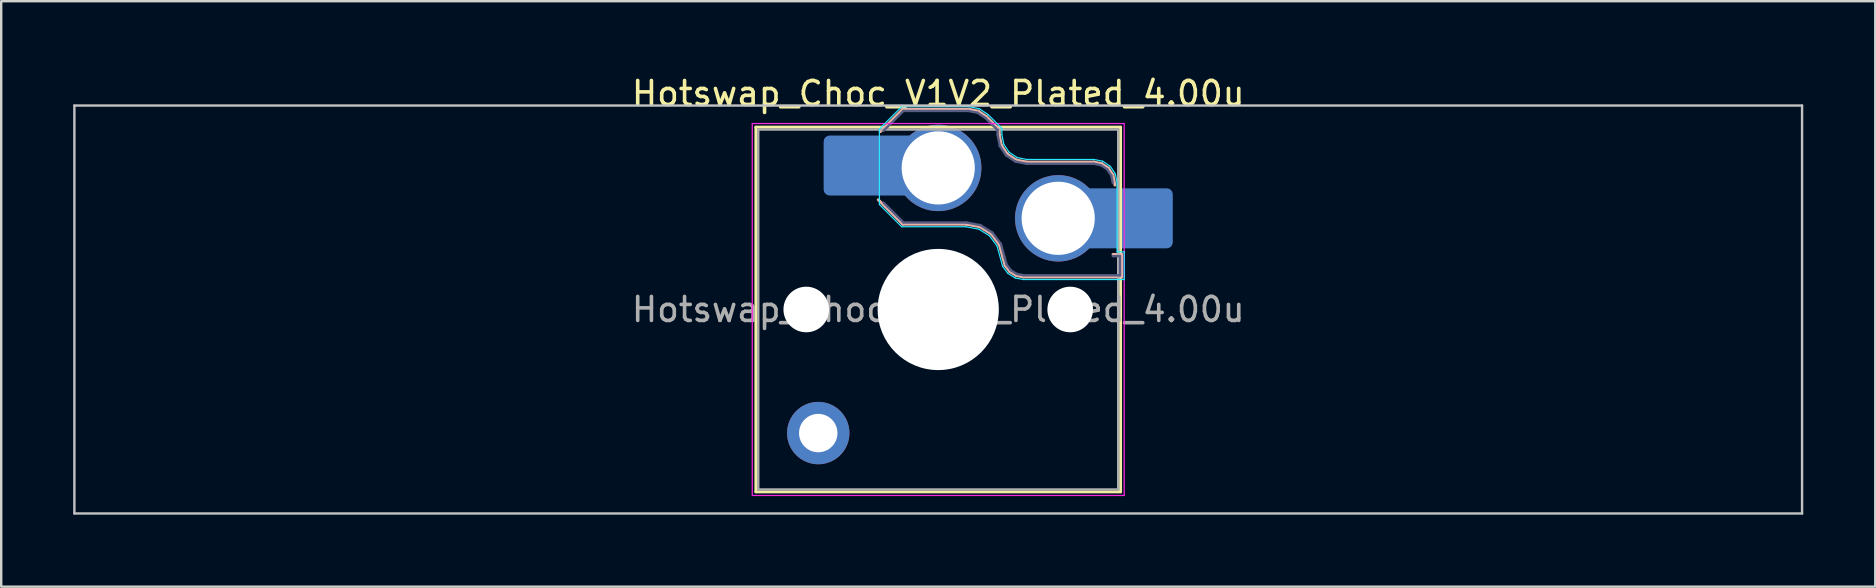
<source format=kicad_pcb>
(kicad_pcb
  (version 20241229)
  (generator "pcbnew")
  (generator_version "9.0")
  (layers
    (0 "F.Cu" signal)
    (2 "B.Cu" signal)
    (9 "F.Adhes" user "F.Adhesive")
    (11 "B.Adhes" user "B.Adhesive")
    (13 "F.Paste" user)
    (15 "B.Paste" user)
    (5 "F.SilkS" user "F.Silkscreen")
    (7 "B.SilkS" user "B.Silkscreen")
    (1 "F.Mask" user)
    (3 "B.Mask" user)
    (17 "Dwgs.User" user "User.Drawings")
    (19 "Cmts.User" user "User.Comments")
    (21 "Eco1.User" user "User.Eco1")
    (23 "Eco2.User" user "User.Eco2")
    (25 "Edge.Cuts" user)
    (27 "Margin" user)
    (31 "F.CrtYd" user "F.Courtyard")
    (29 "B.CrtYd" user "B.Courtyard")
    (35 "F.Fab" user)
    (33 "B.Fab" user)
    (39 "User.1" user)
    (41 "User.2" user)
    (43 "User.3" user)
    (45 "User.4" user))
  (footprint "Hotswap_Choc_V1V2_Plated_4.00u"
    (layer "F.Cu")
    (at 36.05 9.848)
    (property "Reference" "Hotswap_Choc_V1V2_Plated_4.00u" (at 0 -9 0) (layer "F.SilkS") (effects (font (size 1 1) (thickness 0.15))))
    (attr smd)
    (fp_line (start -7.6 -7.6) (end -7.6 7.6) (stroke (width 0.12) (type solid)) (layer "F.SilkS"))
    (fp_line (start -7.6 7.6) (end 7.6 7.6) (stroke (width 0.12) (type solid)) (layer "F.SilkS"))
    (fp_line (start 7.6 -7.6) (end -7.6 -7.6) (stroke (width 0.12) (type solid)) (layer "F.SilkS"))
    (fp_line (start 7.6 7.6) (end 7.6 -7.6) (stroke (width 0.12) (type solid)) (layer "F.SilkS"))
    (fp_line (start -2.416 -7.409) (end -1.479 -8.346) (stroke (width 0.12) (type solid)) (layer "B.SilkS"))
    (fp_line (start -1.479 -8.346) (end 1.268 -8.346) (stroke (width 0.12) (type solid)) (layer "B.SilkS"))
    (fp_line (start -1.479 -3.554) (end -2.5 -4.575) (stroke (width 0.12) (type solid)) (layer "B.SilkS"))
    (fp_line (start 1.168 -3.554) (end -1.479 -3.554) (stroke (width 0.12) (type solid)) (layer "B.SilkS"))
    (fp_line (start 1.268 -8.346) (end 1.671 -8.266) (stroke (width 0.12) (type solid)) (layer "B.SilkS"))
    (fp_line (start 1.671 -8.266) (end 2.013 -8.037) (stroke (width 0.12) (type solid)) (layer "B.SilkS"))
    (fp_line (start 1.73 -3.449) (end 1.168 -3.554) (stroke (width 0.12) (type solid)) (layer "B.SilkS"))
    (fp_line (start 2.013 -8.037) (end 2.546 -7.504) (stroke (width 0.12) (type solid)) (layer "B.SilkS"))
    (fp_line (start 2.209 -3.15) (end 1.73 -3.449) (stroke (width 0.12) (type solid)) (layer "B.SilkS"))
    (fp_line (start 2.546 -7.504) (end 2.546 -7.282) (stroke (width 0.12) (type solid)) (layer "B.SilkS"))
    (fp_line (start 2.546 -7.282) (end 2.633 -6.844) (stroke (width 0.12) (type solid)) (layer "B.SilkS"))
    (fp_line (start 2.547 -2.697) (end 2.209 -3.15) (stroke (width 0.12) (type solid)) (layer "B.SilkS"))
    (fp_line (start 2.633 -6.844) (end 2.877 -6.477) (stroke (width 0.12) (type solid)) (layer "B.SilkS"))
    (fp_line (start 2.701 -2.139) (end 2.547 -2.697) (stroke (width 0.12) (type solid)) (layer "B.SilkS"))
    (fp_line (start 2.783 -1.841) (end 2.701 -2.139) (stroke (width 0.12) (type solid)) (layer "B.SilkS"))
    (fp_line (start 2.877 -6.477) (end 3.244 -6.233) (stroke (width 0.12) (type solid)) (layer "B.SilkS"))
    (fp_line (start 2.976 -1.583) (end 2.783 -1.841) (stroke (width 0.12) (type solid)) (layer "B.SilkS"))
    (fp_line (start 3.244 -6.233) (end 3.682 -6.146) (stroke (width 0.12) (type solid)) (layer "B.SilkS"))
    (fp_line (start 3.25 -1.413) (end 2.976 -1.583) (stroke (width 0.12) (type solid)) (layer "B.SilkS"))
    (fp_line (start 3.56 -1.354) (end 3.25 -1.413) (stroke (width 0.12) (type solid)) (layer "B.SilkS"))
    (fp_line (start 3.682 -6.146) (end 6.482 -6.146) (stroke (width 0.12) (type solid)) (layer "B.SilkS"))
    (fp_line (start 6.482 -6.146) (end 6.809 -6.081) (stroke (width 0.12) (type solid)) (layer "B.SilkS"))
    (fp_line (start 6.809 -6.081) (end 7.092 -5.892) (stroke (width 0.12) (type solid)) (layer "B.SilkS"))
    (fp_line (start 7.092 -5.892) (end 7.281 -5.609) (stroke (width 0.12) (type solid)) (layer "B.SilkS"))
    (fp_line (start 7.281 -5.609) (end 7.366 -5.182) (stroke (width 0.12) (type solid)) (layer "B.SilkS"))
    (fp_line (start 7.283 -2.296) (end 7.646 -2.296) (stroke (width 0.12) (type solid)) (layer "B.SilkS"))
    (fp_line (start 7.646 -2.296) (end 7.646 -1.354) (stroke (width 0.12) (type solid)) (layer "B.SilkS"))
    (fp_line (start 7.646 -1.354) (end 3.56 -1.354) (stroke (width 0.12) (type solid)) (layer "B.SilkS"))
    (fp_line (start -36 -8.5) (end -36 8.5) (stroke (width 0.1) (type solid)) (layer "Dwgs.User"))
    (fp_line (start -36 8.5) (end 36 8.5) (stroke (width 0.1) (type solid)) (layer "Dwgs.User"))
    (fp_line (start 36 -8.5) (end -36 -8.5) (stroke (width 0.1) (type solid)) (layer "Dwgs.User"))
    (fp_line (start 36 8.5) (end 36 -8.5) (stroke (width 0.1) (type solid)) (layer "Dwgs.User"))
    (fp_line (start -7.25 -7.25) (end -7.25 7.25) (stroke (width 0.1) (type solid)) (layer "Eco1.User"))
    (fp_line (start -7.25 7.25) (end 7.25 7.25) (stroke (width 0.1) (type solid)) (layer "Eco1.User"))
    (fp_line (start 7.25 -7.25) (end -7.25 -7.25) (stroke (width 0.1) (type solid)) (layer "Eco1.User"))
    (fp_line (start 7.25 7.25) (end 7.25 -7.25) (stroke (width 0.1) (type solid)) (layer "Eco1.User"))
    (fp_line (start -2.452 -7.523) (end -1.523 -8.452) (stroke (width 0.05) (type solid)) (layer "B.CrtYd"))
    (fp_line (start -2.452 -4.377) (end -2.452 -7.523) (stroke (width 0.05) (type solid)) (layer "B.CrtYd"))
    (fp_line (start -1.523 -8.452) (end 1.278 -8.452) (stroke (width 0.05) (type solid)) (layer "B.CrtYd"))
    (fp_line (start -1.523 -3.448) (end -2.452 -4.377) (stroke (width 0.05) (type solid)) (layer "B.CrtYd"))
    (fp_line (start 1.159 -3.448) (end -1.523 -3.448) (stroke (width 0.05) (type solid)) (layer "B.CrtYd"))
    (fp_line (start 1.278 -8.452) (end 1.712 -8.366) (stroke (width 0.05) (type solid)) (layer "B.CrtYd"))
    (fp_line (start 1.691 -3.348) (end 1.159 -3.448) (stroke (width 0.05) (type solid)) (layer "B.CrtYd"))
    (fp_line (start 1.712 -8.366) (end 2.081 -8.119) (stroke (width 0.05) (type solid)) (layer "B.CrtYd"))
    (fp_line (start 2.081 -8.119) (end 2.652 -7.548) (stroke (width 0.05) (type solid)) (layer "B.CrtYd"))
    (fp_line (start 2.136 -3.071) (end 1.691 -3.348) (stroke (width 0.05) (type solid)) (layer "B.CrtYd"))
    (fp_line (start 2.45 -2.65) (end 2.136 -3.071) (stroke (width 0.05) (type solid)) (layer "B.CrtYd"))
    (fp_line (start 2.599 -2.111) (end 2.45 -2.65) (stroke (width 0.05) (type solid)) (layer "B.CrtYd"))
    (fp_line (start 2.652 -7.548) (end 2.652 -7.292) (stroke (width 0.05) (type solid)) (layer "B.CrtYd"))
    (fp_line (start 2.652 -7.292) (end 2.733 -6.885) (stroke (width 0.05) (type solid)) (layer "B.CrtYd"))
    (fp_line (start 2.687 -1.794) (end 2.599 -2.111) (stroke (width 0.05) (type solid)) (layer "B.CrtYd"))
    (fp_line (start 2.733 -6.885) (end 2.953 -6.553) (stroke (width 0.05) (type solid)) (layer "B.CrtYd"))
    (fp_line (start 2.903 -1.503) (end 2.687 -1.794) (stroke (width 0.05) (type solid)) (layer "B.CrtYd"))
    (fp_line (start 2.953 -6.553) (end 3.285 -6.333) (stroke (width 0.05) (type solid)) (layer "B.CrtYd"))
    (fp_line (start 3.211 -1.312) (end 2.903 -1.503) (stroke (width 0.05) (type solid)) (layer "B.CrtYd"))
    (fp_line (start 3.285 -6.333) (end 3.692 -6.252) (stroke (width 0.05) (type solid)) (layer "B.CrtYd"))
    (fp_line (start 3.55 -1.248) (end 3.211 -1.312) (stroke (width 0.05) (type solid)) (layer "B.CrtYd"))
    (fp_line (start 3.692 -6.252) (end 6.492 -6.252) (stroke (width 0.05) (type solid)) (layer "B.CrtYd"))
    (fp_line (start 6.492 -6.252) (end 6.85 -6.181) (stroke (width 0.05) (type solid)) (layer "B.CrtYd"))
    (fp_line (start 6.85 -6.181) (end 7.168 -5.968) (stroke (width 0.05) (type solid)) (layer "B.CrtYd"))
    (fp_line (start 7.168 -5.968) (end 7.381 -5.65) (stroke (width 0.05) (type solid)) (layer "B.CrtYd"))
    (fp_line (start 7.381 -5.65) (end 7.452 -5.292) (stroke (width 0.05) (type solid)) (layer "B.CrtYd"))
    (fp_line (start 7.452 -5.292) (end 7.452 -2.402) (stroke (width 0.05) (type solid)) (layer "B.CrtYd"))
    (fp_line (start 7.452 -2.402) (end 7.752 -2.402) (stroke (width 0.05) (type solid)) (layer "B.CrtYd"))
    (fp_line (start 7.752 -2.402) (end 7.752 -1.248) (stroke (width 0.05) (type solid)) (layer "B.CrtYd"))
    (fp_line (start 7.752 -1.248) (end 3.55 -1.248) (stroke (width 0.05) (type solid)) (layer "B.CrtYd"))
    (fp_line (start -7.75 -7.75) (end -7.75 7.75) (stroke (width 0.05) (type solid)) (layer "F.CrtYd"))
    (fp_line (start -7.75 7.75) (end 7.75 7.75) (stroke (width 0.05) (type solid)) (layer "F.CrtYd"))
    (fp_line (start 7.75 -7.75) (end -7.75 -7.75) (stroke (width 0.05) (type solid)) (layer "F.CrtYd"))
    (fp_line (start 7.75 7.75) (end 7.75 -7.75) (stroke (width 0.05) (type solid)) (layer "F.CrtYd"))
    (fp_line (start -2.275 -7.45) (end -1.45 -8.275) (stroke (width 0.1) (type solid)) (layer "B.Fab"))
    (fp_line (start -1.45 -8.275) (end 1.261 -8.275) (stroke (width 0.1) (type solid)) (layer "B.Fab"))
    (fp_line (start -1.45 -3.625) (end -2.275 -4.45) (stroke (width 0.1) (type solid)) (layer "B.Fab"))
    (fp_line (start 1.175 -3.625) (end -1.45 -3.625) (stroke (width 0.1) (type solid)) (layer "B.Fab"))
    (fp_line (start 1.261 -8.275) (end 1.643 -8.199) (stroke (width 0.1) (type solid)) (layer "B.Fab"))
    (fp_line (start 1.643 -8.199) (end 1.968 -7.982) (stroke (width 0.1) (type solid)) (layer "B.Fab"))
    (fp_line (start 1.756 -3.516) (end 1.175 -3.625) (stroke (width 0.1) (type solid)) (layer "B.Fab"))
    (fp_line (start 1.968 -7.982) (end 2.475 -7.475) (stroke (width 0.1) (type solid)) (layer "B.Fab"))
    (fp_line (start 2.258 -3.203) (end 1.756 -3.516) (stroke (width 0.1) (type solid)) (layer "B.Fab"))
    (fp_line (start 2.475 -7.475) (end 2.475 -7.275) (stroke (width 0.1) (type solid)) (layer "B.Fab"))
    (fp_line (start 2.475 -7.275) (end 2.566 -6.816) (stroke (width 0.1) (type solid)) (layer "B.Fab"))
    (fp_line (start 2.566 -6.816) (end 2.826 -6.426) (stroke (width 0.1) (type solid)) (layer "B.Fab"))
    (fp_line (start 2.612 -2.729) (end 2.258 -3.203) (stroke (width 0.1) (type solid)) (layer "B.Fab"))
    (fp_line (start 2.769 -2.158) (end 2.612 -2.729) (stroke (width 0.1) (type solid)) (layer "B.Fab"))
    (fp_line (start 2.826 -6.426) (end 3.216 -6.166) (stroke (width 0.1) (type solid)) (layer "B.Fab"))
    (fp_line (start 2.848 -1.873) (end 2.769 -2.158) (stroke (width 0.1) (type solid)) (layer "B.Fab"))
    (fp_line (start 3.025 -1.636) (end 2.848 -1.873) (stroke (width 0.1) (type solid)) (layer "B.Fab"))
    (fp_line (start 3.216 -6.166) (end 3.675 -6.075) (stroke (width 0.1) (type solid)) (layer "B.Fab"))
    (fp_line (start 3.276 -1.48) (end 3.025 -1.636) (stroke (width 0.1) (type solid)) (layer "B.Fab"))
    (fp_line (start 3.567 -1.425) (end 3.276 -1.48) (stroke (width 0.1) (type solid)) (layer "B.Fab"))
    (fp_line (start 3.675 -6.075) (end 6.475 -6.075) (stroke (width 0.1) (type solid)) (layer "B.Fab"))
    (fp_line (start 6.475 -6.075) (end 6.781 -6.014) (stroke (width 0.1) (type solid)) (layer "B.Fab"))
    (fp_line (start 6.781 -6.014) (end 7.041 -5.841) (stroke (width 0.1) (type solid)) (layer "B.Fab"))
    (fp_line (start 7.041 -5.841) (end 7.214 -5.581) (stroke (width 0.1) (type solid)) (layer "B.Fab"))
    (fp_line (start 7.214 -5.581) (end 7.275 -5.275) (stroke (width 0.1) (type solid)) (layer "B.Fab"))
    (fp_line (start 7.275 -2.225) (end 7.575 -2.225) (stroke (width 0.1) (type solid)) (layer "B.Fab"))
    (fp_line (start 7.575 -2.225) (end 7.575 -1.425) (stroke (width 0.1) (type solid)) (layer "B.Fab"))
    (fp_line (start 7.575 -1.425) (end 3.567 -1.425) (stroke (width 0.1) (type solid)) (layer "B.Fab"))
    (fp_line (start -7.5 -7.5) (end -7.5 7.5) (stroke (width 0.1) (type solid)) (layer "F.Fab"))
    (fp_line (start -7.5 7.5) (end 7.5 7.5) (stroke (width 0.1) (type solid)) (layer "F.Fab"))
    (fp_line (start 7.5 -7.5) (end -7.5 -7.5) (stroke (width 0.1) (type solid)) (layer "F.Fab"))
    (fp_line (start 7.5 7.5) (end 7.5 -7.5) (stroke (width 0.1) (type solid)) (layer "F.Fab"))
    (fp_text user "${REFERENCE}" (at 0 0 0) (layer "F.Fab") (effects (font (size 1 1) (thickness 0.15))))
    (pad "" np_thru_hole circle (at -5.5 0) (size 1.9 1.9) (drill 1.9) (layers "*.Cu" "*.Mask"))
    (pad "" thru_hole circle (at -5 5.15) (size 2.6 2.6) (drill 1.6) (layers "*.Cu" "*.Mask"))
    (pad "" smd roundrect (at -3.5 -6) (size 2.55 2.5) (layers "B.Mask" "B.Paste") (roundrect_rratio 0.1))
    (pad "" np_thru_hole circle (at 0 0) (size 5.05 5.05) (drill 5.05) (layers "*.Cu" "*.Mask"))
    (pad "" np_thru_hole circle (at 5.5 0) (size 1.9 1.9) (drill 1.9) (layers "*.Cu" "*.Mask"))
    (pad "" smd roundrect (at 8.5 -3.8) (size 2.55 2.5) (layers "B.Mask" "B.Paste") (roundrect_rratio 0.1))
    (pad "1" smd roundrect (at -2.85 -6) (size 3.85 2.5) (layers "B.Cu") (roundrect_rratio 0.1))
    (pad "1" thru_hole circle (at 0 -5.9) (size 3.6 3.6) (drill 3.05) (layers "*.Cu" "*.Mask"))
    (pad "2" thru_hole circle (at 5 -3.8) (size 3.6 3.6) (drill 3.05) (layers "*.Cu" "*.Mask"))
    (pad "2" smd roundrect (at 7.85 -3.8) (size 3.85 2.5) (layers "B.Cu") (roundrect_rratio 0.1)))
  (gr_rect
    (start -3 -3)
    (end 75.1 21.398)
    (stroke (width 0.1) (type default))
    (fill no)
    (layer "Edge.Cuts")))
</source>
